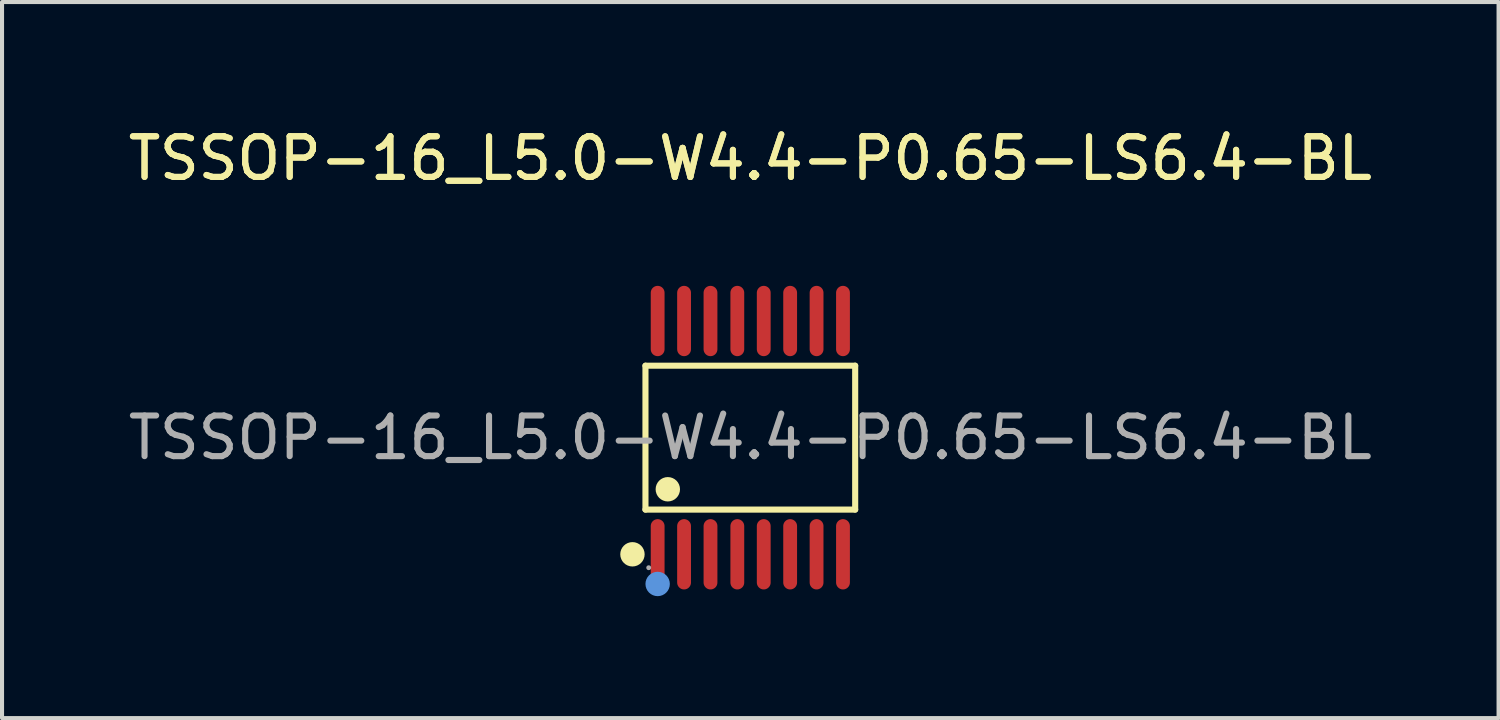
<source format=kicad_pcb>
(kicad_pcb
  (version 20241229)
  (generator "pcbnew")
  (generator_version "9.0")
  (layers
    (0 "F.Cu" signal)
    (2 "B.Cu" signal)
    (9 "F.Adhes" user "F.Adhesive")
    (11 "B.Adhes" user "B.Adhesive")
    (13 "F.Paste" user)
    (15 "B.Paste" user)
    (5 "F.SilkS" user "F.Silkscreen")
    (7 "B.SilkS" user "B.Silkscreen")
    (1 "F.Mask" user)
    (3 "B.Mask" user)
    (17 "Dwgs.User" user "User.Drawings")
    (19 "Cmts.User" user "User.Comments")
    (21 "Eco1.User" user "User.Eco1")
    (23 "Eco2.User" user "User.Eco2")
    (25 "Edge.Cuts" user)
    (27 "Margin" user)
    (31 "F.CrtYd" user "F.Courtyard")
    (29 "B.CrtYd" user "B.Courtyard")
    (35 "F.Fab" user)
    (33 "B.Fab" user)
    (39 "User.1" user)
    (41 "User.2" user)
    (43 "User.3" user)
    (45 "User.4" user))
  (footprint "TSSOP-16_L5.0-W4.4-P0.65-LS6.4-BL"
    (layer "F.Cu")
    (at 15.411 7.718)
    (property "Reference" "TSSOP-16_L5.0-W4.4-P0.65-LS6.4-BL" (at 0 -6.87 0) (layer "F.SilkS") (effects (font (size 1 1) (thickness 0.15))))
    (attr smd)
    (fp_line (start -2.58 -1.77) (end 2.58 -1.77) (stroke (width 0.15) (type solid)) (layer "F.SilkS"))
    (fp_line (start -2.58 1.77) (end -2.58 -1.77) (stroke (width 0.15) (type solid)) (layer "F.SilkS"))
    (fp_line (start 2.58 -1.77) (end 2.58 1.77) (stroke (width 0.15) (type solid)) (layer "F.SilkS"))
    (fp_line (start 2.58 1.77) (end -2.58 1.77) (stroke (width 0.15) (type solid)) (layer "F.SilkS"))
    (fp_circle (center -2.9 2.87) (end -2.75 2.87) (stroke (width 0.3) (type solid)) (fill no) (layer "F.SilkS"))
    (fp_circle (center -2.03 1.27) (end -1.88 1.27) (stroke (width 0.3) (type solid)) (fill no) (layer "F.SilkS"))
    (fp_circle (center -2.28 3.6) (end -2.13 3.6) (stroke (width 0.3) (type solid)) (fill no) (layer "Cmts.User"))
    (fp_circle (center -2.5 3.2) (end -2.47 3.2) (stroke (width 0.06) (type solid)) (fill no) (layer "F.Fab"))
    (fp_text user "${REFERENCE}" (at 0 -6.87 0) (layer "F.SilkS") (effects (font (size 1 1) (thickness 0.15))))
    (fp_text user "${REFERENCE}" (at 0 0 0) (layer "F.Fab") (effects (font (size 1 1) (thickness 0.15))))
    (pad "1" smd oval (at -2.28 2.87) (size 0.34 1.73) (layers "F.Cu" "F.Mask" "F.Paste"))
    (pad "2" smd oval (at -1.63 2.87) (size 0.34 1.73) (layers "F.Cu" "F.Mask" "F.Paste"))
    (pad "3" smd oval (at -0.98 2.87) (size 0.34 1.73) (layers "F.Cu" "F.Mask" "F.Paste"))
    (pad "4" smd oval (at -0.32 2.87) (size 0.34 1.73) (layers "F.Cu" "F.Mask" "F.Paste"))
    (pad "5" smd oval (at 0.33 2.87) (size 0.34 1.73) (layers "F.Cu" "F.Mask" "F.Paste"))
    (pad "6" smd oval (at 0.98 2.87) (size 0.34 1.73) (layers "F.Cu" "F.Mask" "F.Paste"))
    (pad "7" smd oval (at 1.63 2.87) (size 0.34 1.73) (layers "F.Cu" "F.Mask" "F.Paste"))
    (pad "8" smd oval (at 2.28 2.87) (size 0.34 1.73) (layers "F.Cu" "F.Mask" "F.Paste"))
    (pad "9" smd oval (at 2.28 -2.87) (size 0.34 1.73) (layers "F.Cu" "F.Mask" "F.Paste"))
    (pad "10" smd oval (at 1.63 -2.87) (size 0.34 1.73) (layers "F.Cu" "F.Mask" "F.Paste"))
    (pad "11" smd oval (at 0.98 -2.87) (size 0.34 1.73) (layers "F.Cu" "F.Mask" "F.Paste"))
    (pad "12" smd oval (at 0.33 -2.87) (size 0.34 1.73) (layers "F.Cu" "F.Mask" "F.Paste"))
    (pad "13" smd oval (at -0.32 -2.87) (size 0.34 1.73) (layers "F.Cu" "F.Mask" "F.Paste"))
    (pad "14" smd oval (at -0.98 -2.87) (size 0.34 1.73) (layers "F.Cu" "F.Mask" "F.Paste"))
    (pad "15" smd oval (at -1.63 -2.87) (size 0.34 1.73) (layers "F.Cu" "F.Mask" "F.Paste"))
    (pad "16" smd oval (at -2.28 -2.87) (size 0.34 1.73) (layers "F.Cu" "F.Mask" "F.Paste")))
  (gr_rect
    (start -3 -3)
    (end 33.821 14.618)
    (stroke (width 0.1) (type default))
    (fill no)
    (layer "Edge.Cuts")))
</source>
